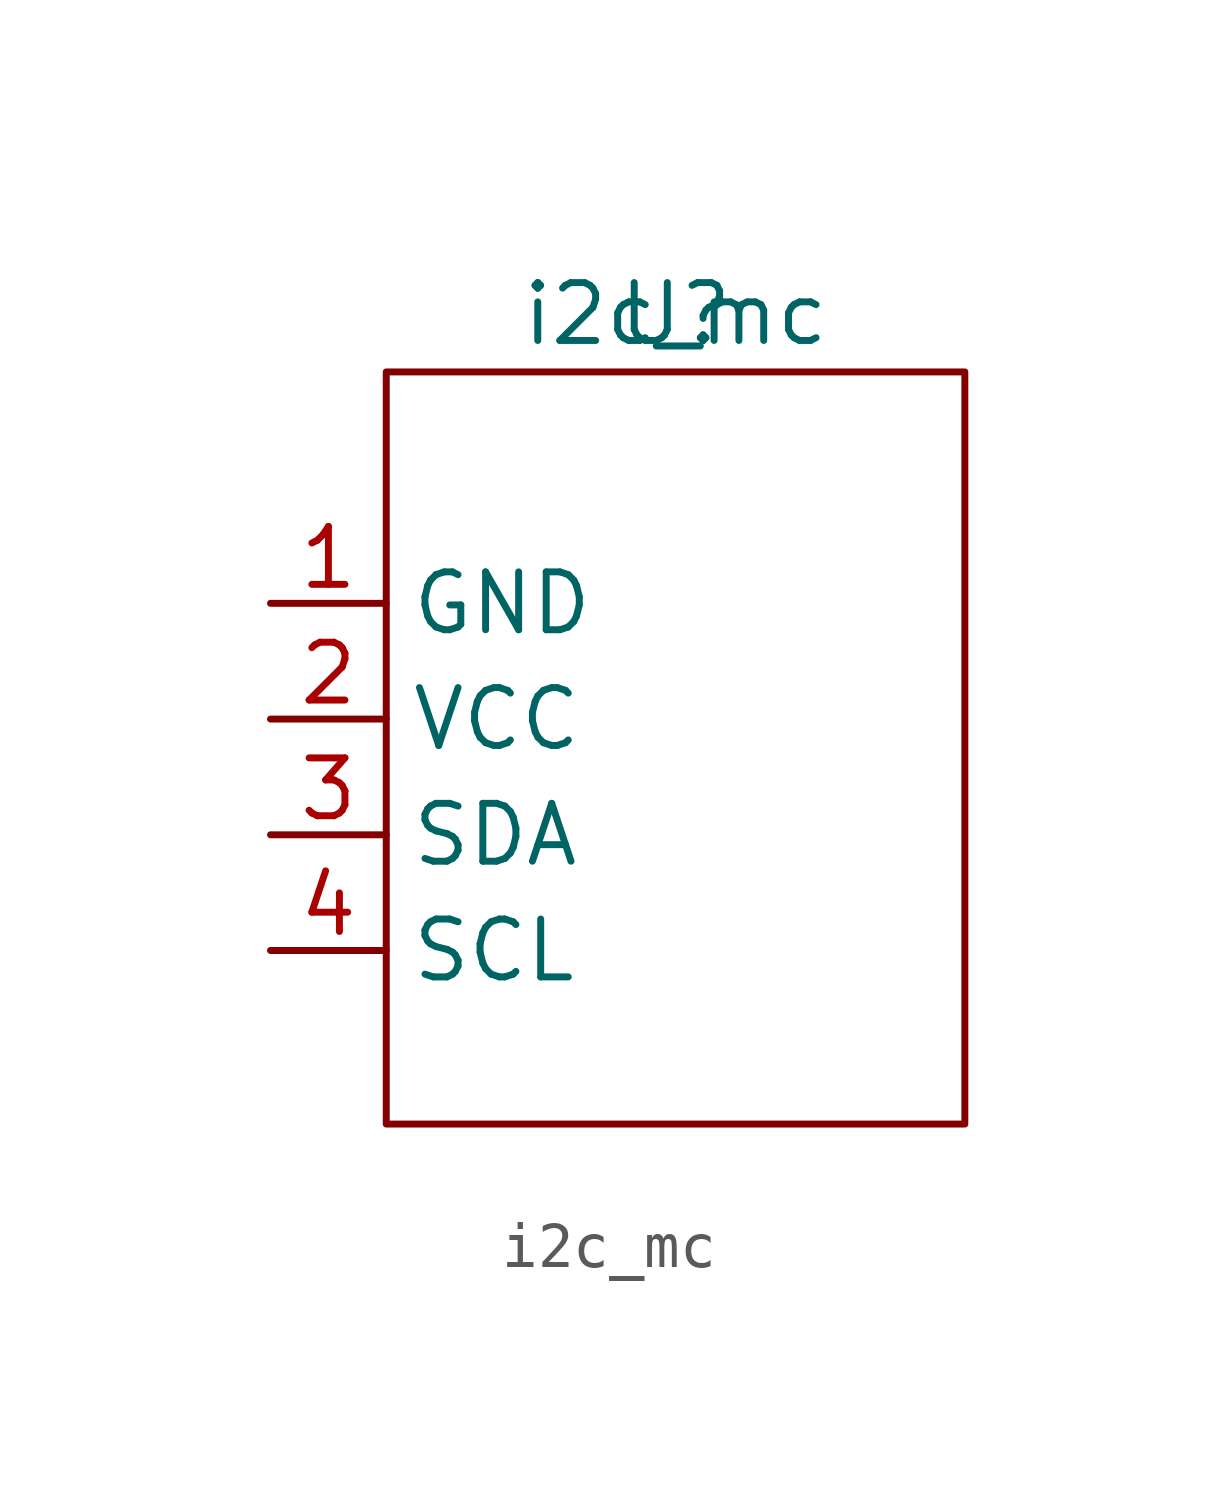
<source format=kicad_sym>
(kicad_symbol_lib
  (version 20211014)
  (generator kicad_symbol_editor)
  (symbol "i2c_mc"
    (property "Reference" "U"
      (at -3.81 6.35 0)
      (effects (font (size 1.27 1.27))))
    (property "Value" "i2c_mc"
      (at -3.81 6.35 0)
      (effects (font (size 1.27 1.27))))
    (symbol "i2c_mc_0_1"
      (rectangle (start 2.54 -11.43) (end -10.16 5.08) (stroke (width 0) (type default) (color 0 0 0 0)) (fill (type none))))
    (symbol "i2c_mc_1_1"
      (pin output line (at -12.7 0 0) (length 2.54) (name "GND" (effects (font (size 1.27 1.27)))) (number "1" (effects (font (size 1.27 1.27)))))
      (pin input line (at -12.7 -2.54 0) (length 2.54) (name "VCC" (effects (font (size 1.27 1.27)))) (number "2" (effects (font (size 1.27 1.27)))))
      (pin bidirectional line (at -12.7 -5.08 0) (length 2.54) (name "SDA" (effects (font (size 1.27 1.27)))) (number "3" (effects (font (size 1.27 1.27)))))
      (pin bidirectional line (at -12.7 -7.62 0) (length 2.54) (name "SCL" (effects (font (size 1.27 1.27)))) (number "4" (effects (font (size 1.27 1.27))))))))
</source>
